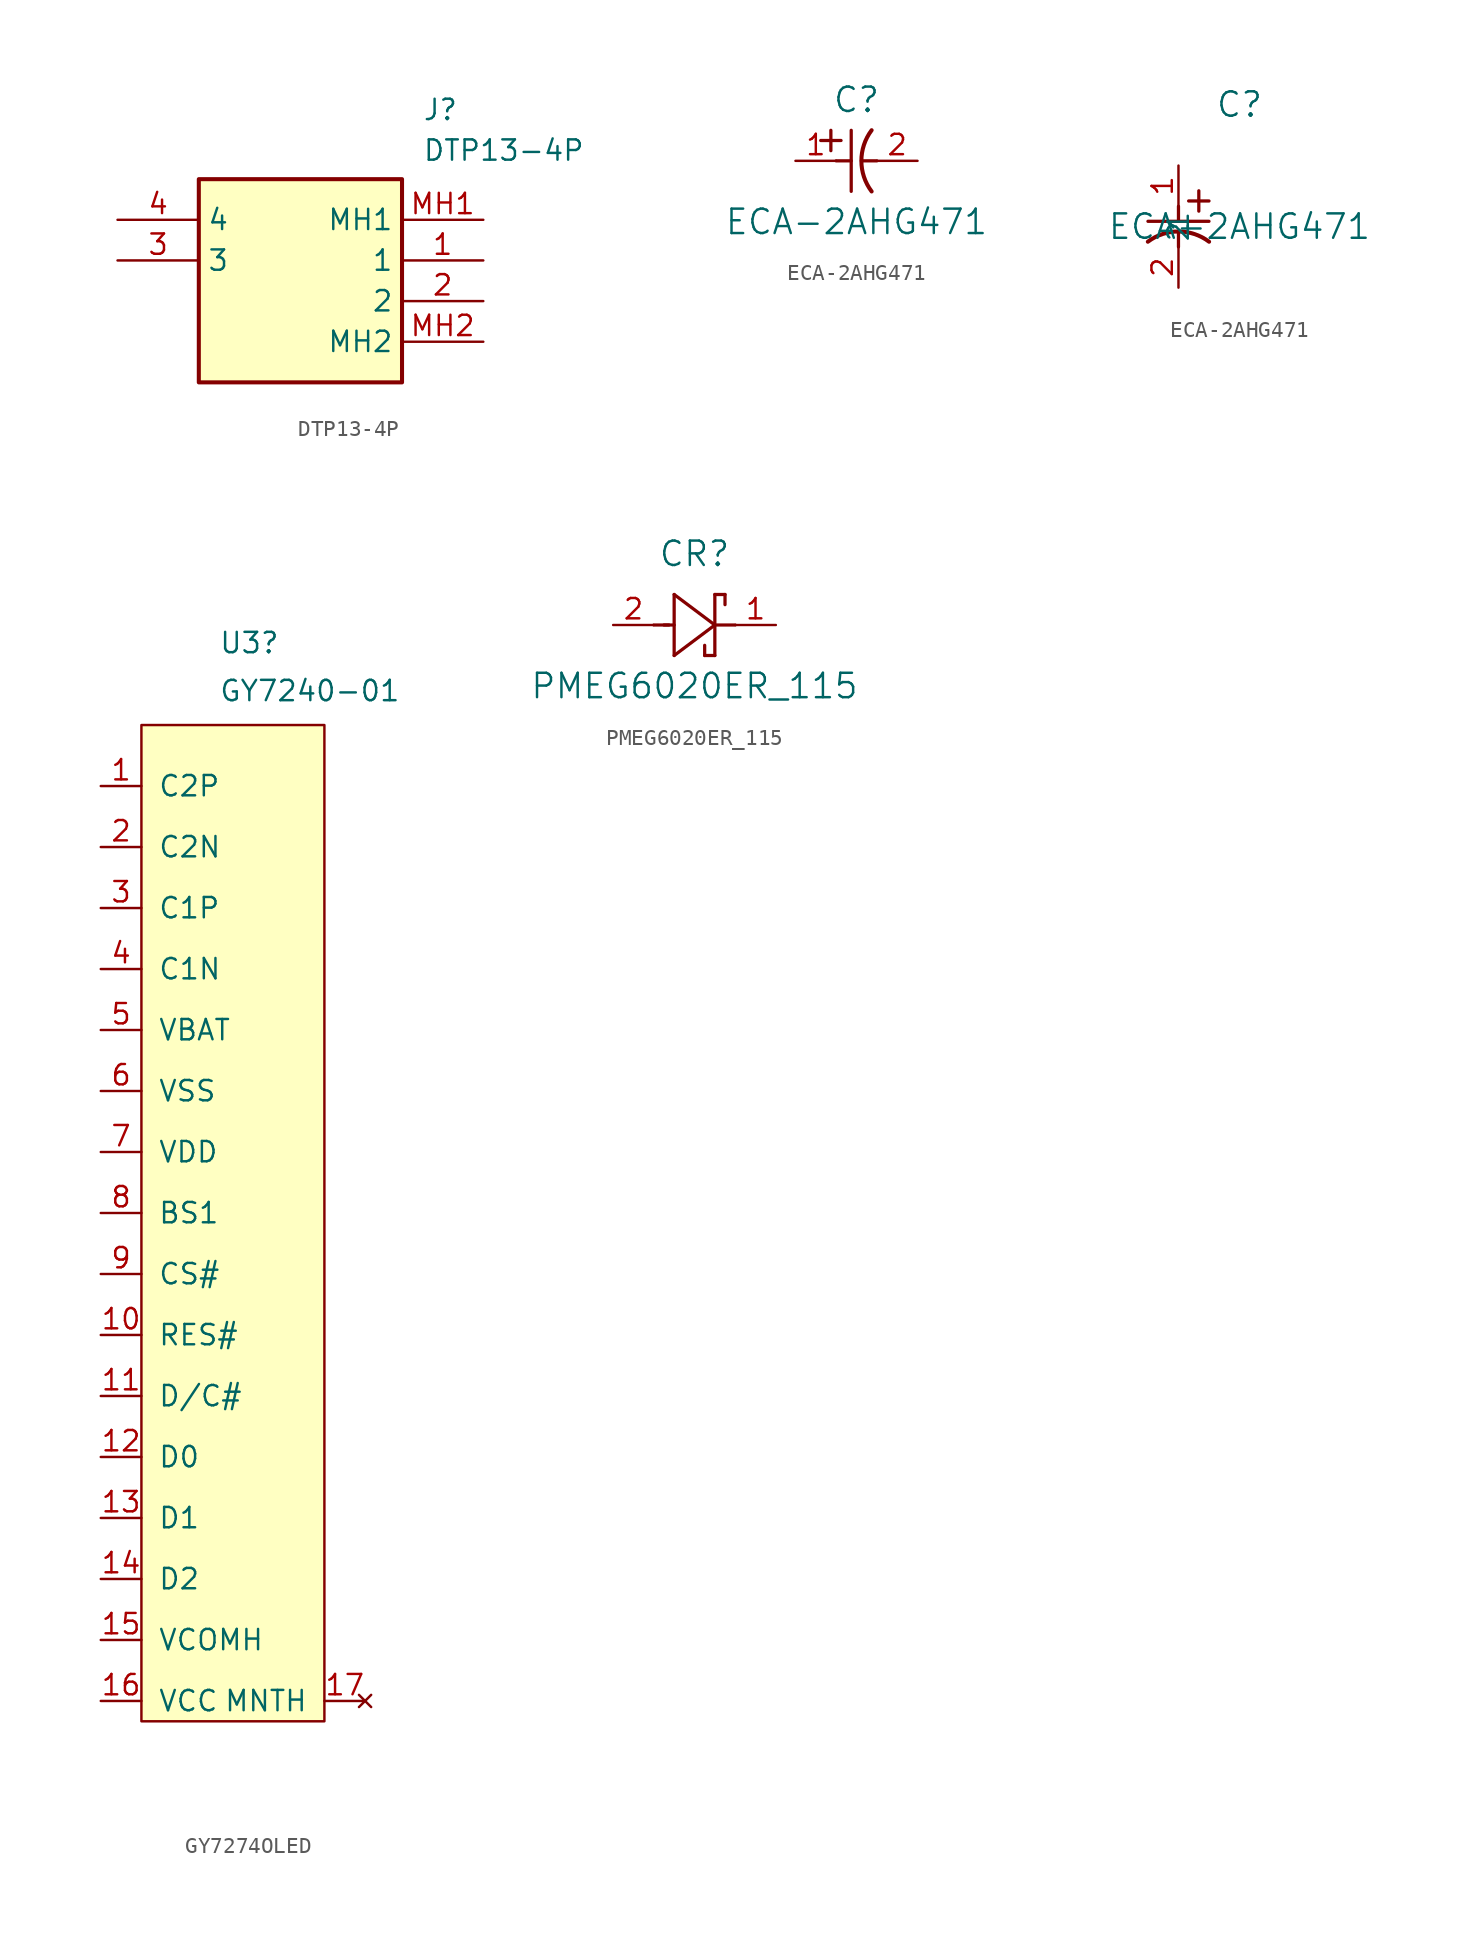
<source format=kicad_sym>
(kicad_symbol_lib
  (version 20231120)
  (generator "kicad_symbol_editor")
  (generator_version "8.0")
  (symbol "DTP13-4P"
    (property "Reference" "J"
      (at 19.05 7.62 0)
      (effects (font (size 1.27 1.27)) (justify left top)))
    (property "Value" "DTP13-4P"
      (at 19.05 5.08 0)
      (effects (font (size 1.27 1.27)) (justify left top)))
    (symbol "DTP13-4P_1_1"
      (rectangle (start 5.08 2.54) (end 17.78 -10.16) (stroke (width 0.254) (type default)) (fill (type background)))
      (pin passive line (at 22.86 -2.54 180) (length 5.08) (name "1" (effects (font (size 1.27 1.27)))) (number "1" (effects (font (size 1.27 1.27)))))
      (pin passive line (at 22.86 -5.08 180) (length 5.08) (name "2" (effects (font (size 1.27 1.27)))) (number "2" (effects (font (size 1.27 1.27)))))
      (pin passive line (at 0 -2.54 0) (length 5.08) (name "3" (effects (font (size 1.27 1.27)))) (number "3" (effects (font (size 1.27 1.27)))))
      (pin passive line (at 0 0 0) (length 5.08) (name "4" (effects (font (size 1.27 1.27)))) (number "4" (effects (font (size 1.27 1.27)))))
      (pin passive line (at 22.86 0 180) (length 5.08) (name "MH1" (effects (font (size 1.27 1.27)))) (number "MH1" (effects (font (size 1.27 1.27)))))
      (pin passive line (at 22.86 -7.62 180) (length 5.08) (name "MH2" (effects (font (size 1.27 1.27)))) (number "MH2" (effects (font (size 1.27 1.27)))))))
  (symbol "ECA-2AHG471"
    (pin_names
      (offset 0.254))
    (property "Reference" "C"
      (at 3.81 3.81 0)
      (effects (font (size 1.524 1.524))))
    (property "Value" "ECA-2AHG471"
      (at 3.81 -3.81 0)
      (effects (font (size 1.524 1.524))))
    (property "ki_locked" ""
      (at 0 0 0)
      (effects (font (size 1.27 1.27))))
    (symbol "ECA-2AHG471_1_1"
      (polyline (pts (xy 1.575 1.27) (xy 2.845 1.27)) (stroke (width 0.203) (type default)) (fill (type none)))
      (polyline (pts (xy 2.21 0.635) (xy 2.21 1.905)) (stroke (width 0.203) (type default)) (fill (type none)))
      (polyline (pts (xy 2.54 0) (xy 3.48 0)) (stroke (width 0.203) (type default)) (fill (type none)))
      (polyline (pts (xy 3.48 -1.905) (xy 3.48 1.905)) (stroke (width 0.203) (type default)) (fill (type none)))
      (polyline (pts (xy 4.115 0) (xy 5.08 0)) (stroke (width 0.203) (type default)) (fill (type none)))
      (arc (start 4.7541 1.9108) (mid 4.1148 0) (end 4.7541 -1.9108) (stroke (width 0.254) (type default)) (fill (type none)))
      (pin unspecified line (at 0 0 0) (length 2.54) (name "" (effects (font (size 1.27 1.27)))) (number "1" (effects (font (size 1.27 1.27)))))
      (pin unspecified line (at 7.62 0 180) (length 2.54) (name "" (effects (font (size 1.27 1.27)))) (number "2" (effects (font (size 1.27 1.27))))))
    (symbol "ECA-2AHG471_1_2"
      (polyline (pts (xy -1.905 -3.48) (xy 1.905 -3.48)) (stroke (width 0.203) (type default)) (fill (type none)))
      (polyline (pts (xy 0 -4.115) (xy 0 -5.08)) (stroke (width 0.203) (type default)) (fill (type none)))
      (polyline (pts (xy 0 -2.54) (xy 0 -3.48)) (stroke (width 0.203) (type default)) (fill (type none)))
      (polyline (pts (xy 0.635 -2.21) (xy 1.905 -2.21)) (stroke (width 0.203) (type default)) (fill (type none)))
      (polyline (pts (xy 1.27 -1.575) (xy 1.27 -2.845)) (stroke (width 0.203) (type default)) (fill (type none)))
      (arc (start 1.9108 -4.7541) (mid 0 -4.1148) (end -1.9108 -4.7541) (stroke (width 0.254) (type default)) (fill (type none)))
      (pin unspecified line (at 0 0 270) (length 2.54) (name "1" (effects (font (size 1.27 1.27)))) (number "1" (effects (font (size 1.27 1.27)))))
      (pin unspecified line (at 0 -7.62 90) (length 2.54) (name "2" (effects (font (size 1.27 1.27)))) (number "2" (effects (font (size 1.27 1.27)))))))
  (symbol "GY7274OLED"
    (pin_names
      (offset 1.016))
    (property "Reference" "U3"
      (at 4.826 67.361 0)
      (effects (font (size 1.27 1.27)) (justify left)))
    (property "Value" "GY7240-01"
      (at 4.826 64.364 0)
      (effects (font (size 1.27 1.27)) (justify left)))
    (symbol "GY7274OLED_0_1"
      (rectangle (start 0 62.23) (end 11.43 0) (stroke (width 0) (type default)) (fill (type background))))
    (symbol "GY7274OLED_1_1"
      (pin input line (at -2.54 58.42 0) (length 2.54) (name "C2P" (effects (font (size 1.27 1.27)))) (number "1" (effects (font (size 1.27 1.27)))))
      (pin input line (at -2.54 24.13 0) (length 2.54) (name "RES#" (effects (font (size 1.27 1.27)))) (number "10" (effects (font (size 1.27 1.27)))))
      (pin input line (at -2.54 20.32 0) (length 2.54) (name "D/C#" (effects (font (size 1.27 1.27)))) (number "11" (effects (font (size 1.27 1.27)))))
      (pin input line (at -2.54 16.51 0) (length 2.54) (name "D0" (effects (font (size 1.27 1.27)))) (number "12" (effects (font (size 1.27 1.27)))))
      (pin input line (at -2.54 12.7 0) (length 2.54) (name "D1" (effects (font (size 1.27 1.27)))) (number "13" (effects (font (size 1.27 1.27)))))
      (pin input line (at -2.54 8.89 0) (length 2.54) (name "D2" (effects (font (size 1.27 1.27)))) (number "14" (effects (font (size 1.27 1.27)))))
      (pin input line (at -2.54 5.08 0) (length 2.54) (name "VCOMH" (effects (font (size 1.27 1.27)))) (number "15" (effects (font (size 1.27 1.27)))))
      (pin input line (at -2.54 1.27 0) (length 2.54) (name "VCC" (effects (font (size 1.27 1.27)))) (number "16" (effects (font (size 1.27 1.27)))))
      (pin no_connect line (at 13.97 1.27 180) (length 2.54) (name "MNTH" (effects (font (size 1.27 1.27)))) (number "17" (effects (font (size 1.27 1.27)))))
      (pin input line (at -2.54 54.61 0) (length 2.54) (name "C2N" (effects (font (size 1.27 1.27)))) (number "2" (effects (font (size 1.27 1.27)))))
      (pin input line (at -2.54 50.8 0) (length 2.54) (name "C1P" (effects (font (size 1.27 1.27)))) (number "3" (effects (font (size 1.27 1.27)))))
      (pin input line (at -2.54 46.99 0) (length 2.54) (name "C1N" (effects (font (size 1.27 1.27)))) (number "4" (effects (font (size 1.27 1.27)))))
      (pin input line (at -2.54 43.18 0) (length 2.54) (name "VBAT" (effects (font (size 1.27 1.27)))) (number "5" (effects (font (size 1.27 1.27)))))
      (pin input line (at -2.54 39.37 0) (length 2.54) (name "VSS" (effects (font (size 1.27 1.27)))) (number "6" (effects (font (size 1.27 1.27)))))
      (pin input line (at -2.54 35.56 0) (length 2.54) (name "VDD" (effects (font (size 1.27 1.27)))) (number "7" (effects (font (size 1.27 1.27)))))
      (pin input line (at -2.54 31.75 0) (length 2.54) (name "BS1" (effects (font (size 1.27 1.27)))) (number "8" (effects (font (size 1.27 1.27)))))
      (pin input line (at -2.54 27.94 0) (length 2.54) (name "CS#" (effects (font (size 1.27 1.27)))) (number "9" (effects (font (size 1.27 1.27)))))))
  (symbol "PMEG6020ER_115"
    (pin_names
      (offset 0.254))
    (property "Reference" "CR"
      (at 5.08 4.445 0)
      (effects (font (size 1.524 1.524))))
    (property "Value" "PMEG6020ER_115"
      (at 5.08 -3.81 0)
      (effects (font (size 1.524 1.524))))
    (property "ki_locked" ""
      (at 0 0 0)
      (effects (font (size 1.27 1.27))))
    (symbol "PMEG6020ER_115_0_1"
      (polyline (pts (xy 2.54 0) (xy 3.48 0)) (stroke (width 0.203) (type default)) (fill (type none)))
      (polyline (pts (xy 3.175 0) (xy 3.81 0)) (stroke (width 0.203) (type default)) (fill (type none)))
      (polyline (pts (xy 3.81 -1.905) (xy 6.35 0)) (stroke (width 0.203) (type default)) (fill (type none)))
      (polyline (pts (xy 3.81 1.905) (xy 3.81 -1.905)) (stroke (width 0.203) (type default)) (fill (type none)))
      (polyline (pts (xy 5.715 -1.905) (xy 5.715 -1.27)) (stroke (width 0.203) (type default)) (fill (type none)))
      (polyline (pts (xy 6.35 -1.905) (xy 5.715 -1.905)) (stroke (width 0.203) (type default)) (fill (type none)))
      (polyline (pts (xy 6.35 -1.905) (xy 6.35 1.905)) (stroke (width 0.203) (type default)) (fill (type none)))
      (polyline (pts (xy 6.35 0) (xy 3.81 1.905)) (stroke (width 0.203) (type default)) (fill (type none)))
      (polyline (pts (xy 6.35 0) (xy 7.62 0)) (stroke (width 0.203) (type default)) (fill (type none)))
      (polyline (pts (xy 6.35 1.905) (xy 6.985 1.905)) (stroke (width 0.203) (type default)) (fill (type none)))
      (polyline (pts (xy 6.985 1.905) (xy 6.985 1.27)) (stroke (width 0.203) (type default)) (fill (type none)))
      (pin unspecified line (at 10.16 0 180) (length 2.54) (name "" (effects (font (size 1.27 1.27)))) (number "1" (effects (font (size 1.27 1.27)))))
      (pin unspecified line (at 0 0 0) (length 2.54) (name "" (effects (font (size 1.27 1.27)))) (number "2" (effects (font (size 1.27 1.27))))))))
</source>
